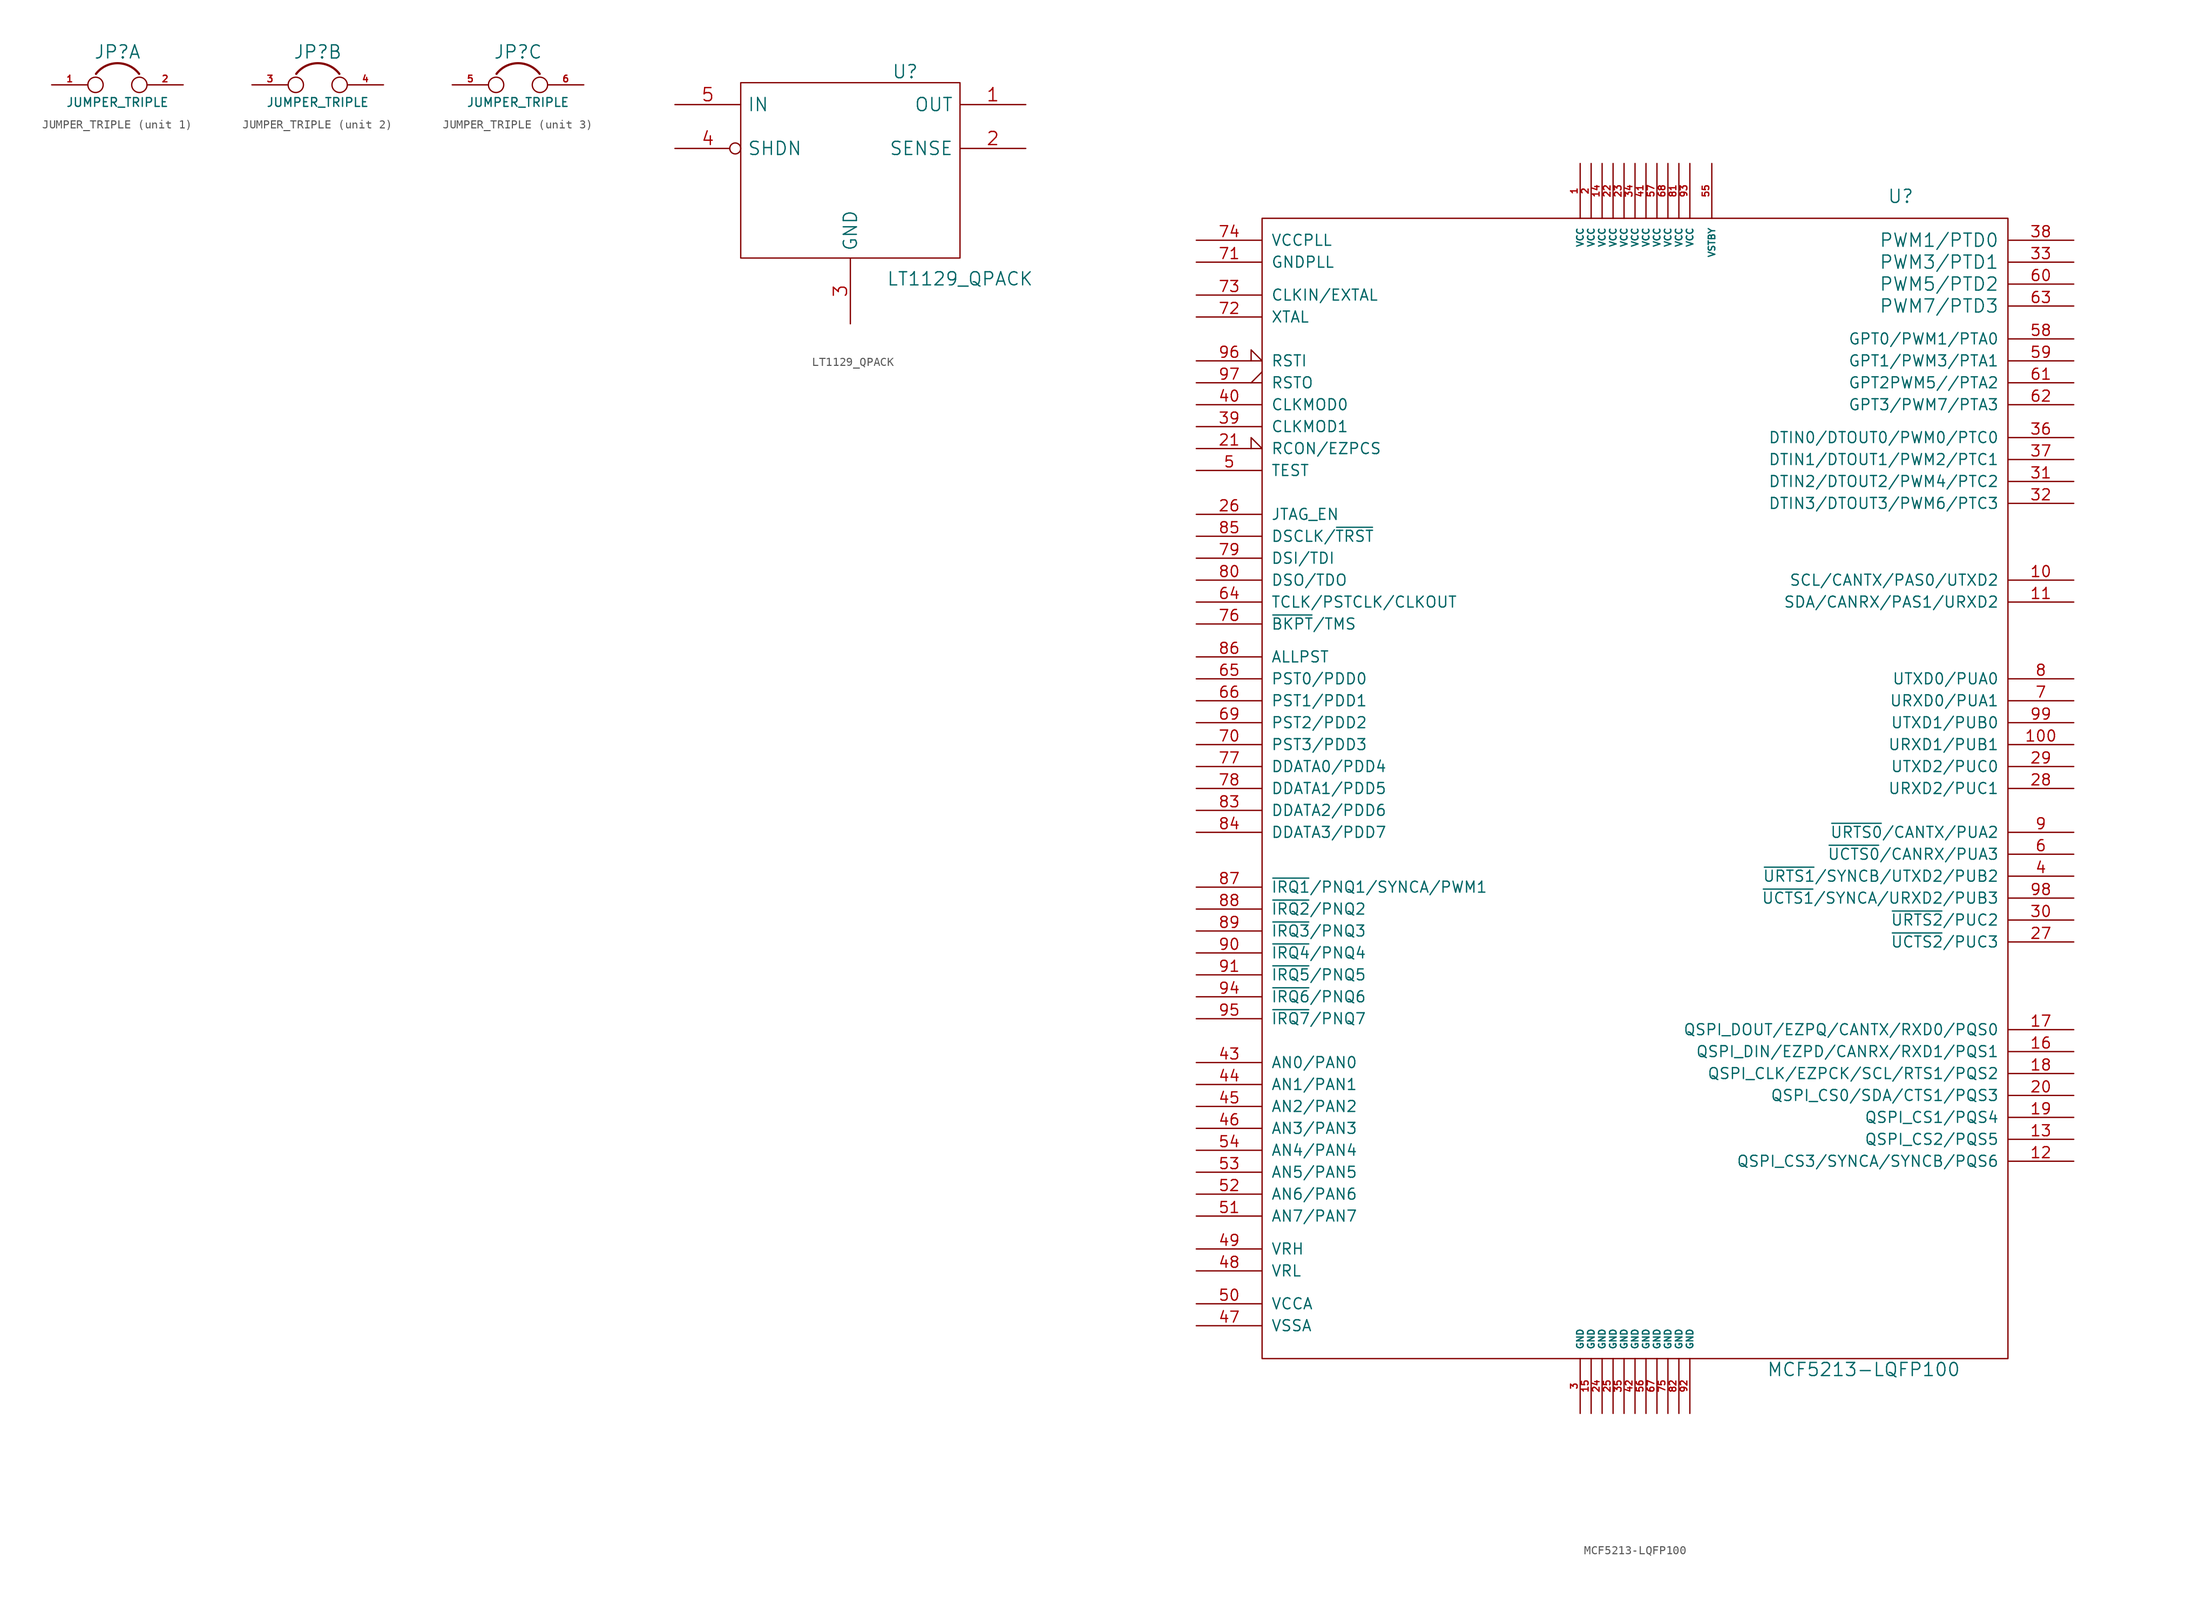
<source format=kicad_sym>
(kicad_symbol_lib
  (version 20241209)
  (generator "kicad_symbol_editor")
  (generator_version "9.0")
  (symbol "JUMPER_TRIPLE"
    (pin_names
      (offset 0.762)
      (hide yes))
    (property "Reference" "JP"
      (at 0 3.81 0)
      (effects (font (size 1.524 1.524))))
    (property "Value" "JUMPER_TRIPLE"
      (at 0 -2.032 0)
      (effects (font (size 1.016 1.016))))
    (property "Footprint" ""
      (at 0 0 0)
      (effects (font (size 1.524 1.524))))
    (property "Datasheet" ""
      (at 0 0 0)
      (effects (font (size 1.524 1.524))))
    (symbol "JUMPER_TRIPLE_0_1"
      (circle (center -2.54 0) (radius 0.889) (stroke (width 0) (type default)) (fill (type none)))
      (arc (start -2.4892 1.27) (mid 0.0127 2.5097) (end 2.5146 1.27) (stroke (width 0.254) (type default)) (fill (type none)))
      (circle (center 2.54 0) (radius 0.889) (stroke (width 0) (type default)) (fill (type none))))
    (symbol "JUMPER_TRIPLE_1_1"
      (pin passive line (at -7.62 0 0) (length 4.191) (name "1" (effects (font (size 0.762 0.762)))) (number "1" (effects (font (size 0.762 0.762)))))
      (pin passive line (at 7.62 0 180) (length 4.191) (name "2" (effects (font (size 0.762 0.762)))) (number "2" (effects (font (size 0.762 0.762))))))
    (symbol "JUMPER_TRIPLE_2_1"
      (pin passive line (at -7.62 0 0) (length 4.191) (name "3" (effects (font (size 0.762 0.762)))) (number "3" (effects (font (size 0.762 0.762)))))
      (pin passive line (at 7.62 0 180) (length 4.191) (name "4" (effects (font (size 0.762 0.762)))) (number "4" (effects (font (size 0.762 0.762))))))
    (symbol "JUMPER_TRIPLE_3_1"
      (pin passive line (at -7.62 0 0) (length 4.191) (name "5" (effects (font (size 0.762 0.762)))) (number "5" (effects (font (size 0.762 0.762)))))
      (pin passive line (at 7.62 0 180) (length 4.191) (name "6" (effects (font (size 0.762 0.762)))) (number "6" (effects (font (size 0.762 0.762)))))))
  (symbol "LT1129_QPACK"
    (pin_names
      (offset 0.762))
    (property "Reference" "U"
      (at 6.35 11.43 0)
      (effects (font (size 1.524 1.524))))
    (property "Value" "LT1129_QPACK"
      (at 12.7 -12.573 0)
      (effects (font (size 1.524 1.524))))
    (property "Footprint" ""
      (at 0 0 0)
      (effects (font (size 1.524 1.524))))
    (property "Datasheet" ""
      (at 0 0 0)
      (effects (font (size 1.524 1.524))))
    (symbol "LT1129_QPACK_0_1"
      (rectangle (start -12.7 -10.16) (end 12.7 10.16) (stroke (width 0) (type default)) (fill (type none))))
    (symbol "LT1129_QPACK_1_1"
      (pin input line (at -20.32 7.62 0) (length 7.62) (name "IN" (effects (font (size 1.524 1.524)))) (number "5" (effects (font (size 1.524 1.524)))))
      (pin input inverted (at -20.32 2.54 0) (length 7.62) (name "SHDN" (effects (font (size 1.524 1.524)))) (number "4" (effects (font (size 1.524 1.524)))))
      (pin power_in line (at 0 -17.78 90) (length 7.62) (name "GND" (effects (font (size 1.524 1.524)))) (number "3" (effects (font (size 1.524 1.524)))))
      (pin power_out line (at 20.32 7.62 180) (length 7.62) (name "OUT" (effects (font (size 1.524 1.524)))) (number "1" (effects (font (size 1.524 1.524)))))
      (pin input line (at 20.32 2.54 180) (length 7.62) (name "SENSE" (effects (font (size 1.524 1.524)))) (number "2" (effects (font (size 1.524 1.524)))))))
  (symbol "MCF5213-LQFP100"
    (pin_names
      (offset 1.016))
    (property "Reference" "U"
      (at 29.21 68.58 0)
      (effects (font (size 1.524 1.524)) (justify left)))
    (property "Value" "MCF5213-LQFP100"
      (at 15.24 -67.31 0)
      (effects (font (size 1.524 1.524)) (justify left)))
    (property "Footprint" ""
      (at 0 0 0)
      (effects (font (size 1.524 1.524))))
    (property "Datasheet" ""
      (at 0 0 0)
      (effects (font (size 1.524 1.524))))
    (symbol "MCF5213-LQFP100_0_1"
      (rectangle (start -43.18 66.04) (end 43.18 -66.04) (stroke (width 0) (type default)) (fill (type none))))
    (symbol "MCF5213-LQFP100_1_1"
      (pin passive line (at -50.8 63.5 0) (length 7.62) (name "VCCPLL" (effects (font (size 1.27 1.27)))) (number "74" (effects (font (size 1.27 1.27)))))
      (pin passive line (at -50.8 60.96 0) (length 7.62) (name "GNDPLL" (effects (font (size 1.27 1.27)))) (number "71" (effects (font (size 1.27 1.27)))))
      (pin input line (at -50.8 57.15 0) (length 7.62) (name "CLKIN/EXTAL" (effects (font (size 1.27 1.27)))) (number "73" (effects (font (size 1.27 1.27)))))
      (pin output line (at -50.8 54.61 0) (length 7.62) (name "XTAL" (effects (font (size 1.27 1.27)))) (number "72" (effects (font (size 1.27 1.27)))))
      (pin input input_low (at -50.8 49.53 0) (length 7.62) (name "RSTI" (effects (font (size 1.27 1.27)))) (number "96" (effects (font (size 1.27 1.27)))))
      (pin output output_low (at -50.8 46.99 0) (length 7.62) (name "RSTO" (effects (font (size 1.27 1.27)))) (number "97" (effects (font (size 1.27 1.27)))))
      (pin input line (at -50.8 44.45 0) (length 7.62) (name "CLKMOD0" (effects (font (size 1.27 1.27)))) (number "40" (effects (font (size 1.27 1.27)))))
      (pin input line (at -50.8 41.91 0) (length 7.62) (name "CLKMOD1" (effects (font (size 1.27 1.27)))) (number "39" (effects (font (size 1.27 1.27)))))
      (pin input input_low (at -50.8 39.37 0) (length 7.62) (name "RCON/EZPCS" (effects (font (size 1.27 1.27)))) (number "21" (effects (font (size 1.27 1.27)))))
      (pin input line (at -50.8 36.83 0) (length 7.62) (name "TEST" (effects (font (size 1.27 1.27)))) (number "5" (effects (font (size 1.27 1.27)))))
      (pin input line (at -50.8 31.75 0) (length 7.62) (name "JTAG_EN" (effects (font (size 1.27 1.27)))) (number "26" (effects (font (size 1.27 1.27)))))
      (pin input line (at -50.8 29.21 0) (length 7.62) (name "DSCLK/~{TRST}" (effects (font (size 1.27 1.27)))) (number "85" (effects (font (size 1.27 1.27)))))
      (pin input line (at -50.8 26.67 0) (length 7.62) (name "DSI/TDI" (effects (font (size 1.27 1.27)))) (number "79" (effects (font (size 1.27 1.27)))))
      (pin output line (at -50.8 24.13 0) (length 7.62) (name "DSO/TDO" (effects (font (size 1.27 1.27)))) (number "80" (effects (font (size 1.27 1.27)))))
      (pin input line (at -50.8 21.59 0) (length 7.62) (name "TCLK/PSTCLK/CLKOUT" (effects (font (size 1.27 1.27)))) (number "64" (effects (font (size 1.27 1.27)))))
      (pin input line (at -50.8 19.05 0) (length 7.62) (name "~{BKPT}/TMS" (effects (font (size 1.27 1.27)))) (number "76" (effects (font (size 1.27 1.27)))))
      (pin output line (at -50.8 15.24 0) (length 7.62) (name "ALLPST" (effects (font (size 1.27 1.27)))) (number "86" (effects (font (size 1.27 1.27)))))
      (pin bidirectional line (at -50.8 12.7 0) (length 7.62) (name "PST0/PDD0" (effects (font (size 1.27 1.27)))) (number "65" (effects (font (size 1.27 1.27)))))
      (pin bidirectional line (at -50.8 10.16 0) (length 7.62) (name "PST1/PDD1" (effects (font (size 1.27 1.27)))) (number "66" (effects (font (size 1.27 1.27)))))
      (pin bidirectional line (at -50.8 7.62 0) (length 7.62) (name "PST2/PDD2" (effects (font (size 1.27 1.27)))) (number "69" (effects (font (size 1.27 1.27)))))
      (pin bidirectional line (at -50.8 5.08 0) (length 7.62) (name "PST3/PDD3" (effects (font (size 1.27 1.27)))) (number "70" (effects (font (size 1.27 1.27)))))
      (pin bidirectional line (at -50.8 2.54 0) (length 7.62) (name "DDATA0/PDD4" (effects (font (size 1.27 1.27)))) (number "77" (effects (font (size 1.27 1.27)))))
      (pin bidirectional line (at -50.8 0 0) (length 7.62) (name "DDATA1/PDD5" (effects (font (size 1.27 1.27)))) (number "78" (effects (font (size 1.27 1.27)))))
      (pin bidirectional line (at -50.8 -2.54 0) (length 7.62) (name "DDATA2/PDD6" (effects (font (size 1.27 1.27)))) (number "83" (effects (font (size 1.27 1.27)))))
      (pin bidirectional line (at -50.8 -5.08 0) (length 7.62) (name "DDATA3/PDD7" (effects (font (size 1.27 1.27)))) (number "84" (effects (font (size 1.27 1.27)))))
      (pin bidirectional line (at -50.8 -11.43 0) (length 7.62) (name "~{IRQ1}/PNQ1/SYNCA/PWM1" (effects (font (size 1.27 1.27)))) (number "87" (effects (font (size 1.27 1.27)))))
      (pin bidirectional line (at -50.8 -13.97 0) (length 7.62) (name "~{IRQ2}/PNQ2" (effects (font (size 1.27 1.27)))) (number "88" (effects (font (size 1.27 1.27)))))
      (pin bidirectional line (at -50.8 -16.51 0) (length 7.62) (name "~{IRQ3}/PNQ3" (effects (font (size 1.27 1.27)))) (number "89" (effects (font (size 1.27 1.27)))))
      (pin bidirectional line (at -50.8 -19.05 0) (length 7.62) (name "~{IRQ4}/PNQ4" (effects (font (size 1.27 1.27)))) (number "90" (effects (font (size 1.27 1.27)))))
      (pin bidirectional line (at -50.8 -21.59 0) (length 7.62) (name "~{IRQ5}/PNQ5" (effects (font (size 1.27 1.27)))) (number "91" (effects (font (size 1.27 1.27)))))
      (pin bidirectional line (at -50.8 -24.13 0) (length 7.62) (name "~{IRQ6}/PNQ6" (effects (font (size 1.27 1.27)))) (number "94" (effects (font (size 1.27 1.27)))))
      (pin bidirectional line (at -50.8 -26.67 0) (length 7.62) (name "~{IRQ7}/PNQ7" (effects (font (size 1.27 1.27)))) (number "95" (effects (font (size 1.27 1.27)))))
      (pin bidirectional line (at -50.8 -31.75 0) (length 7.62) (name "AN0/PAN0" (effects (font (size 1.27 1.27)))) (number "43" (effects (font (size 1.27 1.27)))))
      (pin bidirectional line (at -50.8 -34.29 0) (length 7.62) (name "AN1/PAN1" (effects (font (size 1.27 1.27)))) (number "44" (effects (font (size 1.27 1.27)))))
      (pin bidirectional line (at -50.8 -36.83 0) (length 7.62) (name "AN2/PAN2" (effects (font (size 1.27 1.27)))) (number "45" (effects (font (size 1.27 1.27)))))
      (pin bidirectional line (at -50.8 -39.37 0) (length 7.62) (name "AN3/PAN3" (effects (font (size 1.27 1.27)))) (number "46" (effects (font (size 1.27 1.27)))))
      (pin bidirectional line (at -50.8 -41.91 0) (length 7.62) (name "AN4/PAN4" (effects (font (size 1.27 1.27)))) (number "54" (effects (font (size 1.27 1.27)))))
      (pin bidirectional line (at -50.8 -44.45 0) (length 7.62) (name "AN5/PAN5" (effects (font (size 1.27 1.27)))) (number "53" (effects (font (size 1.27 1.27)))))
      (pin bidirectional line (at -50.8 -46.99 0) (length 7.62) (name "AN6/PAN6" (effects (font (size 1.27 1.27)))) (number "52" (effects (font (size 1.27 1.27)))))
      (pin bidirectional line (at -50.8 -49.53 0) (length 7.62) (name "AN7/PAN7" (effects (font (size 1.27 1.27)))) (number "51" (effects (font (size 1.27 1.27)))))
      (pin input line (at -50.8 -53.34 0) (length 7.62) (name "VRH" (effects (font (size 1.27 1.27)))) (number "49" (effects (font (size 1.27 1.27)))))
      (pin input line (at -50.8 -55.88 0) (length 7.62) (name "VRL" (effects (font (size 1.27 1.27)))) (number "48" (effects (font (size 1.27 1.27)))))
      (pin input line (at -50.8 -59.69 0) (length 7.62) (name "VCCA" (effects (font (size 1.27 1.27)))) (number "50" (effects (font (size 1.27 1.27)))))
      (pin input line (at -50.8 -62.23 0) (length 7.62) (name "VSSA" (effects (font (size 1.27 1.27)))) (number "47" (effects (font (size 1.27 1.27)))))
      (pin power_in line (at -6.35 72.39 270) (length 6.35) (name "VCC" (effects (font (size 0.762 0.762)))) (number "1" (effects (font (size 0.762 0.762)))))
      (pin power_in line (at -6.35 -72.39 90) (length 6.35) (name "GND" (effects (font (size 0.762 0.762)))) (number "3" (effects (font (size 0.762 0.762)))))
      (pin power_in line (at -5.08 72.39 270) (length 6.35) (name "VCC" (effects (font (size 0.762 0.762)))) (number "2" (effects (font (size 0.762 0.762)))))
      (pin power_in line (at -5.08 -72.39 90) (length 6.35) (name "GND" (effects (font (size 0.762 0.762)))) (number "15" (effects (font (size 0.762 0.762)))))
      (pin power_in line (at -3.81 72.39 270) (length 6.35) (name "VCC" (effects (font (size 0.762 0.762)))) (number "14" (effects (font (size 0.762 0.762)))))
      (pin power_in line (at -3.81 -72.39 90) (length 6.35) (name "GND" (effects (font (size 0.762 0.762)))) (number "24" (effects (font (size 0.762 0.762)))))
      (pin power_in line (at -2.54 72.39 270) (length 6.35) (name "VCC" (effects (font (size 0.762 0.762)))) (number "22" (effects (font (size 0.762 0.762)))))
      (pin power_in line (at -2.54 -72.39 90) (length 6.35) (name "GND" (effects (font (size 0.762 0.762)))) (number "25" (effects (font (size 0.762 0.762)))))
      (pin power_in line (at -1.27 72.39 270) (length 6.35) (name "VCC" (effects (font (size 0.762 0.762)))) (number "23" (effects (font (size 0.762 0.762)))))
      (pin power_in line (at -1.27 -72.39 90) (length 6.35) (name "GND" (effects (font (size 0.762 0.762)))) (number "35" (effects (font (size 0.762 0.762)))))
      (pin power_in line (at 0 72.39 270) (length 6.35) (name "VCC" (effects (font (size 0.762 0.762)))) (number "34" (effects (font (size 0.762 0.762)))))
      (pin power_in line (at 0 -72.39 90) (length 6.35) (name "GND" (effects (font (size 0.762 0.762)))) (number "42" (effects (font (size 0.762 0.762)))))
      (pin power_in line (at 1.27 72.39 270) (length 6.35) (name "VCC" (effects (font (size 0.762 0.762)))) (number "41" (effects (font (size 0.762 0.762)))))
      (pin power_in line (at 1.27 -72.39 90) (length 6.35) (name "GND" (effects (font (size 0.762 0.762)))) (number "56" (effects (font (size 0.762 0.762)))))
      (pin power_in line (at 2.54 72.39 270) (length 6.35) (name "VCC" (effects (font (size 0.762 0.762)))) (number "57" (effects (font (size 0.762 0.762)))))
      (pin power_in line (at 2.54 -72.39 90) (length 6.35) (name "GND" (effects (font (size 0.762 0.762)))) (number "67" (effects (font (size 0.762 0.762)))))
      (pin power_in line (at 3.81 72.39 270) (length 6.35) (name "VCC" (effects (font (size 0.762 0.762)))) (number "68" (effects (font (size 0.762 0.762)))))
      (pin power_in line (at 3.81 -72.39 90) (length 6.35) (name "GND" (effects (font (size 0.762 0.762)))) (number "75" (effects (font (size 0.762 0.762)))))
      (pin power_in line (at 5.08 72.39 270) (length 6.35) (name "VCC" (effects (font (size 0.762 0.762)))) (number "81" (effects (font (size 0.762 0.762)))))
      (pin power_in line (at 5.08 -72.39 90) (length 6.35) (name "GND" (effects (font (size 0.762 0.762)))) (number "82" (effects (font (size 0.762 0.762)))))
      (pin power_in line (at 6.35 72.39 270) (length 6.35) (name "VCC" (effects (font (size 0.762 0.762)))) (number "93" (effects (font (size 0.762 0.762)))))
      (pin power_in line (at 6.35 -72.39 90) (length 6.35) (name "GND" (effects (font (size 0.762 0.762)))) (number "92" (effects (font (size 0.762 0.762)))))
      (pin power_in line (at 8.89 72.39 270) (length 6.35) (name "VSTBY" (effects (font (size 0.762 0.762)))) (number "55" (effects (font (size 0.762 0.762)))))
      (pin bidirectional line (at 50.8 63.5 180) (length 7.62) (name "PWM1/PTD0" (effects (font (size 1.524 1.524)))) (number "38" (effects (font (size 1.27 1.27)))))
      (pin bidirectional line (at 50.8 60.96 180) (length 7.62) (name "PWM3/PTD1" (effects (font (size 1.524 1.524)))) (number "33" (effects (font (size 1.27 1.27)))))
      (pin bidirectional line (at 50.8 58.42 180) (length 7.62) (name "PWM5/PTD2" (effects (font (size 1.524 1.524)))) (number "60" (effects (font (size 1.27 1.27)))))
      (pin bidirectional line (at 50.8 55.88 180) (length 7.62) (name "PWM7/PTD3" (effects (font (size 1.524 1.524)))) (number "63" (effects (font (size 1.27 1.27)))))
      (pin bidirectional line (at 50.8 52.07 180) (length 7.62) (name "GPT0/PWM1/PTA0" (effects (font (size 1.27 1.27)))) (number "58" (effects (font (size 1.27 1.27)))))
      (pin bidirectional line (at 50.8 49.53 180) (length 7.62) (name "GPT1/PWM3/PTA1" (effects (font (size 1.27 1.27)))) (number "59" (effects (font (size 1.27 1.27)))))
      (pin bidirectional line (at 50.8 46.99 180) (length 7.62) (name "GPT2PWM5//PTA2" (effects (font (size 1.27 1.27)))) (number "61" (effects (font (size 1.27 1.27)))))
      (pin bidirectional line (at 50.8 44.45 180) (length 7.62) (name "GPT3/PWM7/PTA3" (effects (font (size 1.27 1.27)))) (number "62" (effects (font (size 1.27 1.27)))))
      (pin bidirectional line (at 50.8 40.64 180) (length 7.62) (name "DTIN0/DTOUT0/PWM0/PTC0" (effects (font (size 1.27 1.27)))) (number "36" (effects (font (size 1.27 1.27)))))
      (pin bidirectional line (at 50.8 38.1 180) (length 7.62) (name "DTIN1/DTOUT1/PWM2/PTC1" (effects (font (size 1.27 1.27)))) (number "37" (effects (font (size 1.27 1.27)))))
      (pin bidirectional line (at 50.8 35.56 180) (length 7.62) (name "DTIN2/DTOUT2/PWM4/PTC2" (effects (font (size 1.27 1.27)))) (number "31" (effects (font (size 1.27 1.27)))))
      (pin bidirectional line (at 50.8 33.02 180) (length 7.62) (name "DTIN3/DTOUT3/PWM6/PTC3" (effects (font (size 1.27 1.27)))) (number "32" (effects (font (size 1.27 1.27)))))
      (pin bidirectional line (at 50.8 24.13 180) (length 7.62) (name "SCL/CANTX/PAS0/UTXD2" (effects (font (size 1.27 1.27)))) (number "10" (effects (font (size 1.27 1.27)))))
      (pin bidirectional line (at 50.8 21.59 180) (length 7.62) (name "SDA/CANRX/PAS1/URXD2" (effects (font (size 1.27 1.27)))) (number "11" (effects (font (size 1.27 1.27)))))
      (pin bidirectional line (at 50.8 12.7 180) (length 7.62) (name "UTXD0/PUA0" (effects (font (size 1.27 1.27)))) (number "8" (effects (font (size 1.27 1.27)))))
      (pin bidirectional line (at 50.8 10.16 180) (length 7.62) (name "URXD0/PUA1" (effects (font (size 1.27 1.27)))) (number "7" (effects (font (size 1.27 1.27)))))
      (pin bidirectional line (at 50.8 7.62 180) (length 7.62) (name "UTXD1/PUB0" (effects (font (size 1.27 1.27)))) (number "99" (effects (font (size 1.27 1.27)))))
      (pin bidirectional line (at 50.8 5.08 180) (length 7.62) (name "URXD1/PUB1" (effects (font (size 1.27 1.27)))) (number "100" (effects (font (size 1.27 1.27)))))
      (pin bidirectional line (at 50.8 2.54 180) (length 7.62) (name "UTXD2/PUC0" (effects (font (size 1.27 1.27)))) (number "29" (effects (font (size 1.27 1.27)))))
      (pin bidirectional line (at 50.8 0 180) (length 7.62) (name "URXD2/PUC1" (effects (font (size 1.27 1.27)))) (number "28" (effects (font (size 1.27 1.27)))))
      (pin bidirectional line (at 50.8 -5.08 180) (length 7.62) (name "~{URTS0}/CANTX/PUA2" (effects (font (size 1.27 1.27)))) (number "9" (effects (font (size 1.27 1.27)))))
      (pin bidirectional line (at 50.8 -7.62 180) (length 7.62) (name "~{UCTS0}/CANRX/PUA3" (effects (font (size 1.27 1.27)))) (number "6" (effects (font (size 1.27 1.27)))))
      (pin bidirectional line (at 50.8 -10.16 180) (length 7.62) (name "~{URTS1}/SYNCB/UTXD2/PUB2" (effects (font (size 1.27 1.27)))) (number "4" (effects (font (size 1.27 1.27)))))
      (pin bidirectional line (at 50.8 -12.7 180) (length 7.62) (name "~{UCTS1}/SYNCA/URXD2/PUB3" (effects (font (size 1.27 1.27)))) (number "98" (effects (font (size 1.27 1.27)))))
      (pin bidirectional line (at 50.8 -15.24 180) (length 7.62) (name "~{URTS2}/PUC2" (effects (font (size 1.27 1.27)))) (number "30" (effects (font (size 1.27 1.27)))))
      (pin bidirectional line (at 50.8 -17.78 180) (length 7.62) (name "~{UCTS2}/PUC3" (effects (font (size 1.27 1.27)))) (number "27" (effects (font (size 1.27 1.27)))))
      (pin bidirectional line (at 50.8 -27.94 180) (length 7.62) (name "QSPI_DOUT/EZPQ/CANTX/RXD0/PQS0" (effects (font (size 1.27 1.27)))) (number "17" (effects (font (size 1.27 1.27)))))
      (pin bidirectional line (at 50.8 -30.48 180) (length 7.62) (name "QSPI_DIN/EZPD/CANRX/RXD1/PQS1" (effects (font (size 1.27 1.27)))) (number "16" (effects (font (size 1.27 1.27)))))
      (pin bidirectional line (at 50.8 -33.02 180) (length 7.62) (name "QSPI_CLK/EZPCK/SCL/RTS1/PQS2" (effects (font (size 1.27 1.27)))) (number "18" (effects (font (size 1.27 1.27)))))
      (pin bidirectional line (at 50.8 -35.56 180) (length 7.62) (name "QSPI_CS0/SDA/CTS1/PQS3" (effects (font (size 1.27 1.27)))) (number "20" (effects (font (size 1.27 1.27)))))
      (pin bidirectional line (at 50.8 -38.1 180) (length 7.62) (name "QSPI_CS1/PQS4" (effects (font (size 1.27 1.27)))) (number "19" (effects (font (size 1.27 1.27)))))
      (pin bidirectional line (at 50.8 -40.64 180) (length 7.62) (name "QSPI_CS2/PQS5" (effects (font (size 1.27 1.27)))) (number "13" (effects (font (size 1.27 1.27)))))
      (pin bidirectional line (at 50.8 -43.18 180) (length 7.62) (name "QSPI_CS3/SYNCA/SYNCB/PQS6" (effects (font (size 1.27 1.27)))) (number "12" (effects (font (size 1.27 1.27))))))))
</source>
